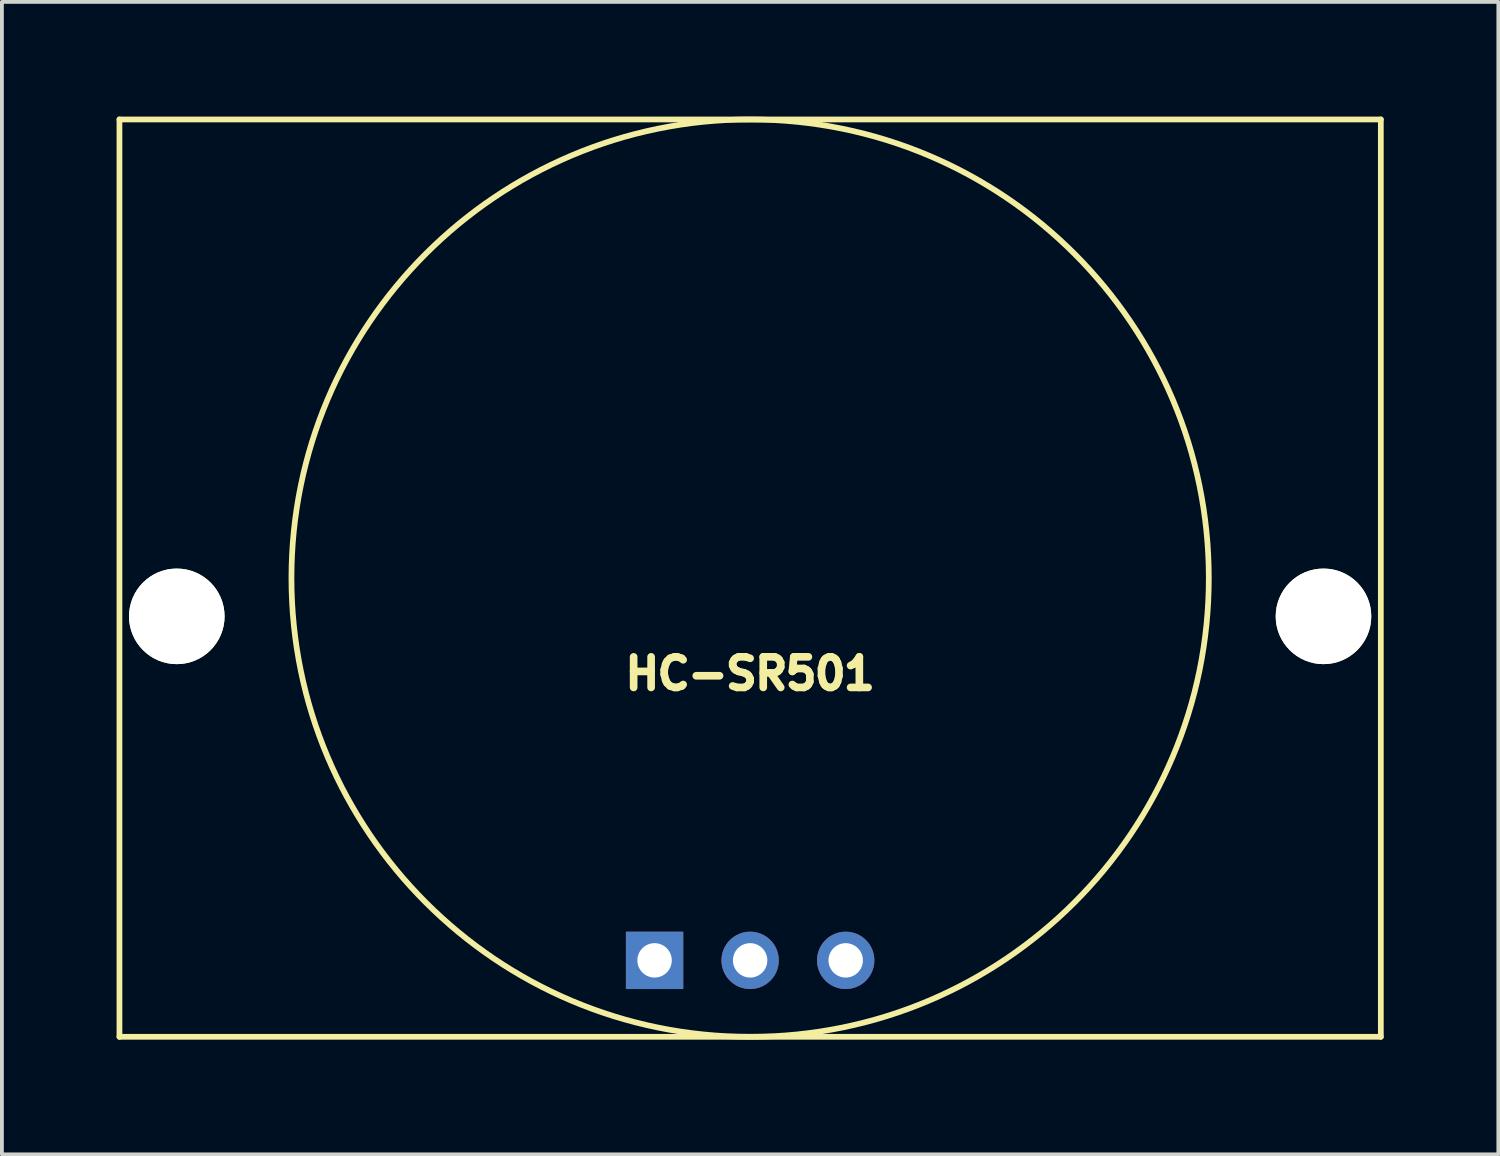
<source format=kicad_pcb>
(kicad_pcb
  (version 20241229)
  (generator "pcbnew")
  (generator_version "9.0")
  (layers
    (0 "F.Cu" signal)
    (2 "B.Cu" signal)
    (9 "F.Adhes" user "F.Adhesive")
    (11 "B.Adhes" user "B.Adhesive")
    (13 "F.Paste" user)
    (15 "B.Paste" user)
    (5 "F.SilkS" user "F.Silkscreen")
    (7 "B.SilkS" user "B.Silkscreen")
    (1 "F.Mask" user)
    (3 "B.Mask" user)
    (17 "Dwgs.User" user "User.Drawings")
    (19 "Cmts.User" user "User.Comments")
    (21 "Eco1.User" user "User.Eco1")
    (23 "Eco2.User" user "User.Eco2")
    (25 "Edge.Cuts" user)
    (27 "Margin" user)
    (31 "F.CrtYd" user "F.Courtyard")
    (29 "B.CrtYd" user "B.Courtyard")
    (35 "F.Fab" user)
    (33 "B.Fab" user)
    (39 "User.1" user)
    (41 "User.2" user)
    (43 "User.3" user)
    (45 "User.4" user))
  (footprint "HC-SR501"
    (layer "F.Cu")
    (at 16.575 12.075)
    (property "Reference" "HC-SR501" (at 0 2.5 0) (layer "F.SilkS") (effects (font (size 0.8 0.8) (thickness 0.2))))
    (attr through_hole)
    (fp_line (start -16.5 -12) (end 16.5 -12) (stroke (width 0.15) (type solid)) (layer "F.SilkS"))
    (fp_line (start -16.5 12) (end -16.5 -12) (stroke (width 0.15) (type solid)) (layer "F.SilkS"))
    (fp_line (start 16.5 -12) (end 16.5 12) (stroke (width 0.15) (type solid)) (layer "F.SilkS"))
    (fp_line (start 16.5 12) (end -16.5 12) (stroke (width 0.15) (type solid)) (layer "F.SilkS"))
    (fp_circle (center 0 0) (end 12 0) (stroke (width 0.15) (type solid)) (fill no) (layer "F.SilkS"))
    (pad "" np_thru_hole circle (at -15 1) (size 2.5 2.5) (drill 2.5) (layers "*.Cu" "*.Mask" "F.SilkS"))
    (pad "" np_thru_hole circle (at 15 1) (size 2.5 2.5) (drill 2.5) (layers "*.Cu" "*.Mask" "F.SilkS"))
    (pad "1" thru_hole rect (at -2.5 10) (size 1.5 1.5) (drill 0.9) (layers "*.Cu" "*.Mask"))
    (pad "2" thru_hole circle (at 0 10) (size 1.5 1.5) (drill 0.9) (layers "*.Cu" "*.Mask"))
    (pad "3" thru_hole circle (at 2.5 10) (size 1.5 1.5) (drill 0.9) (layers "*.Cu" "*.Mask")))
  (gr_rect
    (start -3 -3)
    (end 36.15 27.15)
    (stroke (width 0.1) (type default))
    (fill no)
    (layer "Edge.Cuts")))
</source>
